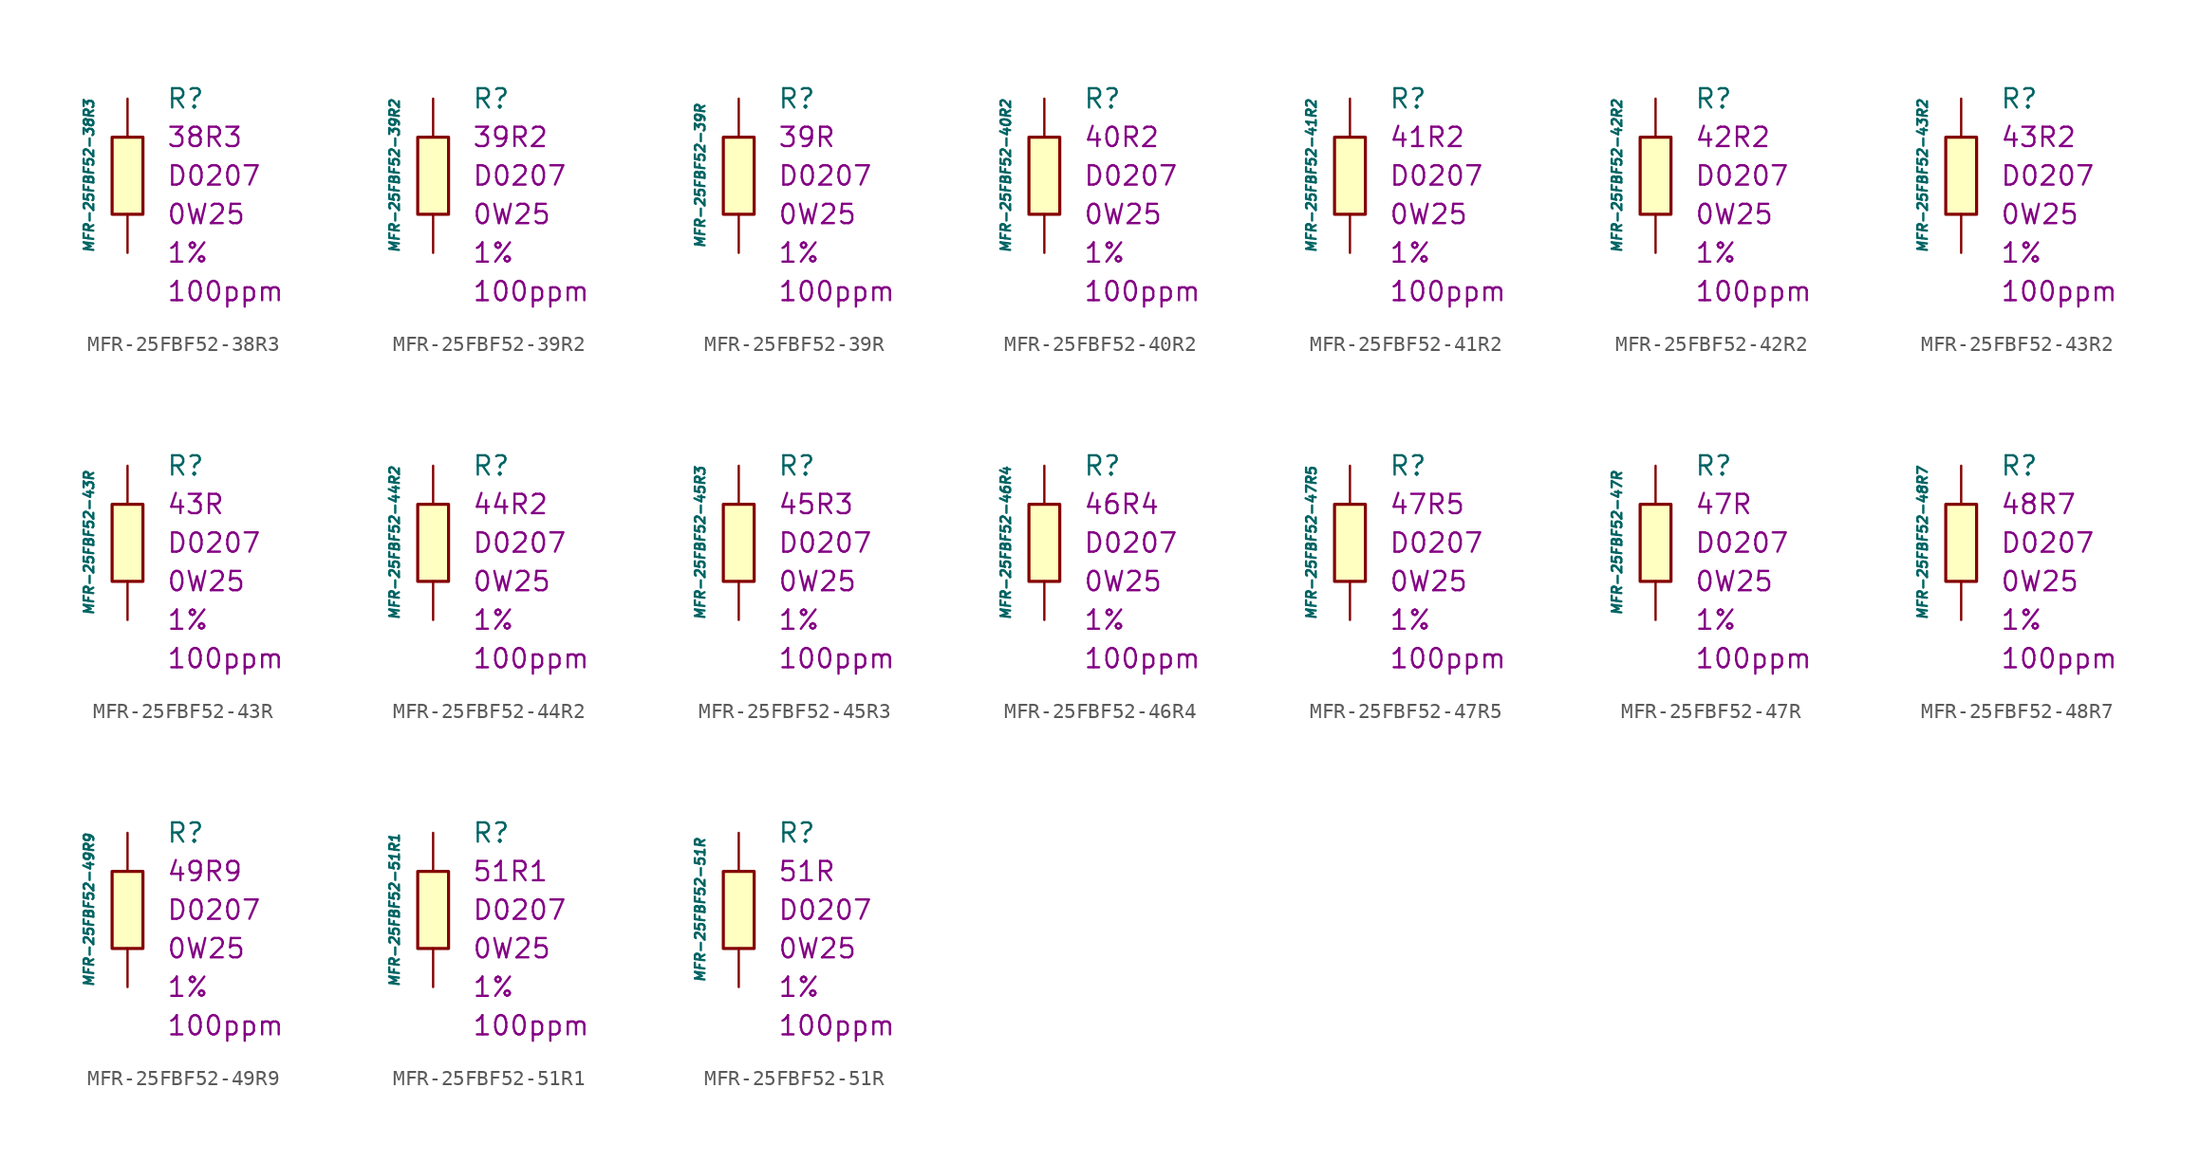
<source format=kicad_sym>
(kicad_symbol_lib
  (version 20211014)
  (generator kicad_symbol_editor)
  (symbol "MFR-25FBF52-38R3"
    (pin_numbers hide)
    (pin_names
      (offset 1.016) hide)
    (property "Reference" "R"
      (at 2.54 5.08 0)
      (effects (font (size 1.27 1.27)) (justify left)))
    (property "Value" "MFR-25FBF52-38R3"
      (at -2.54 0 90)
      (effects (font (size 0.635 0.635) italic)))
    (property "Package" "D0207"
      (at 2.54 0 0)
      (effects (font (size 1.27 1.27)) (justify left)))
    (property "Power" "0W25"
      (at 2.54 -2.54 0)
      (effects (font (size 1.27 1.27)) (justify left)))
    (property "Tolerance" "1%"
      (at 2.54 -5.08 0)
      (effects (font (size 1.27 1.27)) (justify left)))
    (property "TK" "100ppm"
      (at 2.54 -7.62 0)
      (effects (font (size 1.27 1.27)) (justify left)))
    (property "Val" "38R3"
      (at 2.54 2.54 0)
      (effects (font (size 1.27 1.27)) (justify left)))
    (symbol "MFR-25FBF52-38R3_0_1"
      (rectangle (start -1.016 2.54) (end 1.016 -2.54) (stroke (width 0.203) (type default) (color 0 0 0 0)) (fill (type background))))
    (symbol "MFR-25FBF52-38R3_1_1"
      (pin passive line (at 0 5.08 270) (length 2.54) (name "~" (effects (font (size 1.778 1.778)))) (number "1" (effects (font (size 1.778 1.778)))))
      (pin passive line (at 0 -5.08 90) (length 2.54) (name "~" (effects (font (size 1.778 1.778)))) (number "2" (effects (font (size 1.778 1.778)))))))
  (symbol "MFR-25FBF52-39R2"
    (pin_numbers hide)
    (pin_names
      (offset 1.016) hide)
    (property "Reference" "R"
      (at 2.54 5.08 0)
      (effects (font (size 1.27 1.27)) (justify left)))
    (property "Value" "MFR-25FBF52-39R2"
      (at -2.54 0 90)
      (effects (font (size 0.635 0.635) italic)))
    (property "Package" "D0207"
      (at 2.54 0 0)
      (effects (font (size 1.27 1.27)) (justify left)))
    (property "Power" "0W25"
      (at 2.54 -2.54 0)
      (effects (font (size 1.27 1.27)) (justify left)))
    (property "Tolerance" "1%"
      (at 2.54 -5.08 0)
      (effects (font (size 1.27 1.27)) (justify left)))
    (property "TK" "100ppm"
      (at 2.54 -7.62 0)
      (effects (font (size 1.27 1.27)) (justify left)))
    (property "Val" "39R2"
      (at 2.54 2.54 0)
      (effects (font (size 1.27 1.27)) (justify left)))
    (symbol "MFR-25FBF52-39R2_0_1"
      (rectangle (start -1.016 2.54) (end 1.016 -2.54) (stroke (width 0.203) (type default) (color 0 0 0 0)) (fill (type background))))
    (symbol "MFR-25FBF52-39R2_1_1"
      (pin passive line (at 0 5.08 270) (length 2.54) (name "~" (effects (font (size 1.778 1.778)))) (number "1" (effects (font (size 1.778 1.778)))))
      (pin passive line (at 0 -5.08 90) (length 2.54) (name "~" (effects (font (size 1.778 1.778)))) (number "2" (effects (font (size 1.778 1.778)))))))
  (symbol "MFR-25FBF52-39R"
    (pin_numbers hide)
    (pin_names
      (offset 1.016) hide)
    (property "Reference" "R"
      (at 2.54 5.08 0)
      (effects (font (size 1.27 1.27)) (justify left)))
    (property "Value" "MFR-25FBF52-39R"
      (at -2.54 0 90)
      (effects (font (size 0.635 0.635) italic)))
    (property "Package" "D0207"
      (at 2.54 0 0)
      (effects (font (size 1.27 1.27)) (justify left)))
    (property "Power" "0W25"
      (at 2.54 -2.54 0)
      (effects (font (size 1.27 1.27)) (justify left)))
    (property "Tolerance" "1%"
      (at 2.54 -5.08 0)
      (effects (font (size 1.27 1.27)) (justify left)))
    (property "TK" "100ppm"
      (at 2.54 -7.62 0)
      (effects (font (size 1.27 1.27)) (justify left)))
    (property "Val" "39R"
      (at 2.54 2.54 0)
      (effects (font (size 1.27 1.27)) (justify left)))
    (symbol "MFR-25FBF52-39R_0_1"
      (rectangle (start -1.016 2.54) (end 1.016 -2.54) (stroke (width 0.203) (type default) (color 0 0 0 0)) (fill (type background))))
    (symbol "MFR-25FBF52-39R_1_1"
      (pin passive line (at 0 5.08 270) (length 2.54) (name "~" (effects (font (size 1.778 1.778)))) (number "1" (effects (font (size 1.778 1.778)))))
      (pin passive line (at 0 -5.08 90) (length 2.54) (name "~" (effects (font (size 1.778 1.778)))) (number "2" (effects (font (size 1.778 1.778)))))))
  (symbol "MFR-25FBF52-40R2"
    (pin_numbers hide)
    (pin_names
      (offset 1.016) hide)
    (property "Reference" "R"
      (at 2.54 5.08 0)
      (effects (font (size 1.27 1.27)) (justify left)))
    (property "Value" "MFR-25FBF52-40R2"
      (at -2.54 0 90)
      (effects (font (size 0.635 0.635) italic)))
    (property "Package" "D0207"
      (at 2.54 0 0)
      (effects (font (size 1.27 1.27)) (justify left)))
    (property "Power" "0W25"
      (at 2.54 -2.54 0)
      (effects (font (size 1.27 1.27)) (justify left)))
    (property "Tolerance" "1%"
      (at 2.54 -5.08 0)
      (effects (font (size 1.27 1.27)) (justify left)))
    (property "TK" "100ppm"
      (at 2.54 -7.62 0)
      (effects (font (size 1.27 1.27)) (justify left)))
    (property "Val" "40R2"
      (at 2.54 2.54 0)
      (effects (font (size 1.27 1.27)) (justify left)))
    (symbol "MFR-25FBF52-40R2_0_1"
      (rectangle (start -1.016 2.54) (end 1.016 -2.54) (stroke (width 0.203) (type default) (color 0 0 0 0)) (fill (type background))))
    (symbol "MFR-25FBF52-40R2_1_1"
      (pin passive line (at 0 5.08 270) (length 2.54) (name "~" (effects (font (size 1.778 1.778)))) (number "1" (effects (font (size 1.778 1.778)))))
      (pin passive line (at 0 -5.08 90) (length 2.54) (name "~" (effects (font (size 1.778 1.778)))) (number "2" (effects (font (size 1.778 1.778)))))))
  (symbol "MFR-25FBF52-41R2"
    (pin_numbers hide)
    (pin_names
      (offset 1.016) hide)
    (property "Reference" "R"
      (at 2.54 5.08 0)
      (effects (font (size 1.27 1.27)) (justify left)))
    (property "Value" "MFR-25FBF52-41R2"
      (at -2.54 0 90)
      (effects (font (size 0.635 0.635) italic)))
    (property "Package" "D0207"
      (at 2.54 0 0)
      (effects (font (size 1.27 1.27)) (justify left)))
    (property "Power" "0W25"
      (at 2.54 -2.54 0)
      (effects (font (size 1.27 1.27)) (justify left)))
    (property "Tolerance" "1%"
      (at 2.54 -5.08 0)
      (effects (font (size 1.27 1.27)) (justify left)))
    (property "TK" "100ppm"
      (at 2.54 -7.62 0)
      (effects (font (size 1.27 1.27)) (justify left)))
    (property "Val" "41R2"
      (at 2.54 2.54 0)
      (effects (font (size 1.27 1.27)) (justify left)))
    (symbol "MFR-25FBF52-41R2_0_1"
      (rectangle (start -1.016 2.54) (end 1.016 -2.54) (stroke (width 0.203) (type default) (color 0 0 0 0)) (fill (type background))))
    (symbol "MFR-25FBF52-41R2_1_1"
      (pin passive line (at 0 5.08 270) (length 2.54) (name "~" (effects (font (size 1.778 1.778)))) (number "1" (effects (font (size 1.778 1.778)))))
      (pin passive line (at 0 -5.08 90) (length 2.54) (name "~" (effects (font (size 1.778 1.778)))) (number "2" (effects (font (size 1.778 1.778)))))))
  (symbol "MFR-25FBF52-42R2"
    (pin_numbers hide)
    (pin_names
      (offset 1.016) hide)
    (property "Reference" "R"
      (at 2.54 5.08 0)
      (effects (font (size 1.27 1.27)) (justify left)))
    (property "Value" "MFR-25FBF52-42R2"
      (at -2.54 0 90)
      (effects (font (size 0.635 0.635) italic)))
    (property "Package" "D0207"
      (at 2.54 0 0)
      (effects (font (size 1.27 1.27)) (justify left)))
    (property "Power" "0W25"
      (at 2.54 -2.54 0)
      (effects (font (size 1.27 1.27)) (justify left)))
    (property "Tolerance" "1%"
      (at 2.54 -5.08 0)
      (effects (font (size 1.27 1.27)) (justify left)))
    (property "TK" "100ppm"
      (at 2.54 -7.62 0)
      (effects (font (size 1.27 1.27)) (justify left)))
    (property "Val" "42R2"
      (at 2.54 2.54 0)
      (effects (font (size 1.27 1.27)) (justify left)))
    (symbol "MFR-25FBF52-42R2_0_1"
      (rectangle (start -1.016 2.54) (end 1.016 -2.54) (stroke (width 0.203) (type default) (color 0 0 0 0)) (fill (type background))))
    (symbol "MFR-25FBF52-42R2_1_1"
      (pin passive line (at 0 5.08 270) (length 2.54) (name "~" (effects (font (size 1.778 1.778)))) (number "1" (effects (font (size 1.778 1.778)))))
      (pin passive line (at 0 -5.08 90) (length 2.54) (name "~" (effects (font (size 1.778 1.778)))) (number "2" (effects (font (size 1.778 1.778)))))))
  (symbol "MFR-25FBF52-43R2"
    (pin_numbers hide)
    (pin_names
      (offset 1.016) hide)
    (property "Reference" "R"
      (at 2.54 5.08 0)
      (effects (font (size 1.27 1.27)) (justify left)))
    (property "Value" "MFR-25FBF52-43R2"
      (at -2.54 0 90)
      (effects (font (size 0.635 0.635) italic)))
    (property "Package" "D0207"
      (at 2.54 0 0)
      (effects (font (size 1.27 1.27)) (justify left)))
    (property "Power" "0W25"
      (at 2.54 -2.54 0)
      (effects (font (size 1.27 1.27)) (justify left)))
    (property "Tolerance" "1%"
      (at 2.54 -5.08 0)
      (effects (font (size 1.27 1.27)) (justify left)))
    (property "TK" "100ppm"
      (at 2.54 -7.62 0)
      (effects (font (size 1.27 1.27)) (justify left)))
    (property "Val" "43R2"
      (at 2.54 2.54 0)
      (effects (font (size 1.27 1.27)) (justify left)))
    (symbol "MFR-25FBF52-43R2_0_1"
      (rectangle (start -1.016 2.54) (end 1.016 -2.54) (stroke (width 0.203) (type default) (color 0 0 0 0)) (fill (type background))))
    (symbol "MFR-25FBF52-43R2_1_1"
      (pin passive line (at 0 5.08 270) (length 2.54) (name "~" (effects (font (size 1.778 1.778)))) (number "1" (effects (font (size 1.778 1.778)))))
      (pin passive line (at 0 -5.08 90) (length 2.54) (name "~" (effects (font (size 1.778 1.778)))) (number "2" (effects (font (size 1.778 1.778)))))))
  (symbol "MFR-25FBF52-43R"
    (pin_numbers hide)
    (pin_names
      (offset 1.016) hide)
    (property "Reference" "R"
      (at 2.54 5.08 0)
      (effects (font (size 1.27 1.27)) (justify left)))
    (property "Value" "MFR-25FBF52-43R"
      (at -2.54 0 90)
      (effects (font (size 0.635 0.635) italic)))
    (property "Package" "D0207"
      (at 2.54 0 0)
      (effects (font (size 1.27 1.27)) (justify left)))
    (property "Power" "0W25"
      (at 2.54 -2.54 0)
      (effects (font (size 1.27 1.27)) (justify left)))
    (property "Tolerance" "1%"
      (at 2.54 -5.08 0)
      (effects (font (size 1.27 1.27)) (justify left)))
    (property "TK" "100ppm"
      (at 2.54 -7.62 0)
      (effects (font (size 1.27 1.27)) (justify left)))
    (property "Val" "43R"
      (at 2.54 2.54 0)
      (effects (font (size 1.27 1.27)) (justify left)))
    (symbol "MFR-25FBF52-43R_0_1"
      (rectangle (start -1.016 2.54) (end 1.016 -2.54) (stroke (width 0.203) (type default) (color 0 0 0 0)) (fill (type background))))
    (symbol "MFR-25FBF52-43R_1_1"
      (pin passive line (at 0 5.08 270) (length 2.54) (name "~" (effects (font (size 1.778 1.778)))) (number "1" (effects (font (size 1.778 1.778)))))
      (pin passive line (at 0 -5.08 90) (length 2.54) (name "~" (effects (font (size 1.778 1.778)))) (number "2" (effects (font (size 1.778 1.778)))))))
  (symbol "MFR-25FBF52-44R2"
    (pin_numbers hide)
    (pin_names
      (offset 1.016) hide)
    (property "Reference" "R"
      (at 2.54 5.08 0)
      (effects (font (size 1.27 1.27)) (justify left)))
    (property "Value" "MFR-25FBF52-44R2"
      (at -2.54 0 90)
      (effects (font (size 0.635 0.635) italic)))
    (property "Package" "D0207"
      (at 2.54 0 0)
      (effects (font (size 1.27 1.27)) (justify left)))
    (property "Power" "0W25"
      (at 2.54 -2.54 0)
      (effects (font (size 1.27 1.27)) (justify left)))
    (property "Tolerance" "1%"
      (at 2.54 -5.08 0)
      (effects (font (size 1.27 1.27)) (justify left)))
    (property "TK" "100ppm"
      (at 2.54 -7.62 0)
      (effects (font (size 1.27 1.27)) (justify left)))
    (property "Val" "44R2"
      (at 2.54 2.54 0)
      (effects (font (size 1.27 1.27)) (justify left)))
    (symbol "MFR-25FBF52-44R2_0_1"
      (rectangle (start -1.016 2.54) (end 1.016 -2.54) (stroke (width 0.203) (type default) (color 0 0 0 0)) (fill (type background))))
    (symbol "MFR-25FBF52-44R2_1_1"
      (pin passive line (at 0 5.08 270) (length 2.54) (name "~" (effects (font (size 1.778 1.778)))) (number "1" (effects (font (size 1.778 1.778)))))
      (pin passive line (at 0 -5.08 90) (length 2.54) (name "~" (effects (font (size 1.778 1.778)))) (number "2" (effects (font (size 1.778 1.778)))))))
  (symbol "MFR-25FBF52-45R3"
    (pin_numbers hide)
    (pin_names
      (offset 1.016) hide)
    (property "Reference" "R"
      (at 2.54 5.08 0)
      (effects (font (size 1.27 1.27)) (justify left)))
    (property "Value" "MFR-25FBF52-45R3"
      (at -2.54 0 90)
      (effects (font (size 0.635 0.635) italic)))
    (property "Package" "D0207"
      (at 2.54 0 0)
      (effects (font (size 1.27 1.27)) (justify left)))
    (property "Power" "0W25"
      (at 2.54 -2.54 0)
      (effects (font (size 1.27 1.27)) (justify left)))
    (property "Tolerance" "1%"
      (at 2.54 -5.08 0)
      (effects (font (size 1.27 1.27)) (justify left)))
    (property "TK" "100ppm"
      (at 2.54 -7.62 0)
      (effects (font (size 1.27 1.27)) (justify left)))
    (property "Val" "45R3"
      (at 2.54 2.54 0)
      (effects (font (size 1.27 1.27)) (justify left)))
    (symbol "MFR-25FBF52-45R3_0_1"
      (rectangle (start -1.016 2.54) (end 1.016 -2.54) (stroke (width 0.203) (type default) (color 0 0 0 0)) (fill (type background))))
    (symbol "MFR-25FBF52-45R3_1_1"
      (pin passive line (at 0 5.08 270) (length 2.54) (name "~" (effects (font (size 1.778 1.778)))) (number "1" (effects (font (size 1.778 1.778)))))
      (pin passive line (at 0 -5.08 90) (length 2.54) (name "~" (effects (font (size 1.778 1.778)))) (number "2" (effects (font (size 1.778 1.778)))))))
  (symbol "MFR-25FBF52-46R4"
    (pin_numbers hide)
    (pin_names
      (offset 1.016) hide)
    (property "Reference" "R"
      (at 2.54 5.08 0)
      (effects (font (size 1.27 1.27)) (justify left)))
    (property "Value" "MFR-25FBF52-46R4"
      (at -2.54 0 90)
      (effects (font (size 0.635 0.635) italic)))
    (property "Package" "D0207"
      (at 2.54 0 0)
      (effects (font (size 1.27 1.27)) (justify left)))
    (property "Power" "0W25"
      (at 2.54 -2.54 0)
      (effects (font (size 1.27 1.27)) (justify left)))
    (property "Tolerance" "1%"
      (at 2.54 -5.08 0)
      (effects (font (size 1.27 1.27)) (justify left)))
    (property "TK" "100ppm"
      (at 2.54 -7.62 0)
      (effects (font (size 1.27 1.27)) (justify left)))
    (property "Val" "46R4"
      (at 2.54 2.54 0)
      (effects (font (size 1.27 1.27)) (justify left)))
    (symbol "MFR-25FBF52-46R4_0_1"
      (rectangle (start -1.016 2.54) (end 1.016 -2.54) (stroke (width 0.203) (type default) (color 0 0 0 0)) (fill (type background))))
    (symbol "MFR-25FBF52-46R4_1_1"
      (pin passive line (at 0 5.08 270) (length 2.54) (name "~" (effects (font (size 1.778 1.778)))) (number "1" (effects (font (size 1.778 1.778)))))
      (pin passive line (at 0 -5.08 90) (length 2.54) (name "~" (effects (font (size 1.778 1.778)))) (number "2" (effects (font (size 1.778 1.778)))))))
  (symbol "MFR-25FBF52-47R5"
    (pin_numbers hide)
    (pin_names
      (offset 1.016) hide)
    (property "Reference" "R"
      (at 2.54 5.08 0)
      (effects (font (size 1.27 1.27)) (justify left)))
    (property "Value" "MFR-25FBF52-47R5"
      (at -2.54 0 90)
      (effects (font (size 0.635 0.635) italic)))
    (property "Package" "D0207"
      (at 2.54 0 0)
      (effects (font (size 1.27 1.27)) (justify left)))
    (property "Power" "0W25"
      (at 2.54 -2.54 0)
      (effects (font (size 1.27 1.27)) (justify left)))
    (property "Tolerance" "1%"
      (at 2.54 -5.08 0)
      (effects (font (size 1.27 1.27)) (justify left)))
    (property "TK" "100ppm"
      (at 2.54 -7.62 0)
      (effects (font (size 1.27 1.27)) (justify left)))
    (property "Val" "47R5"
      (at 2.54 2.54 0)
      (effects (font (size 1.27 1.27)) (justify left)))
    (symbol "MFR-25FBF52-47R5_0_1"
      (rectangle (start -1.016 2.54) (end 1.016 -2.54) (stroke (width 0.203) (type default) (color 0 0 0 0)) (fill (type background))))
    (symbol "MFR-25FBF52-47R5_1_1"
      (pin passive line (at 0 5.08 270) (length 2.54) (name "~" (effects (font (size 1.778 1.778)))) (number "1" (effects (font (size 1.778 1.778)))))
      (pin passive line (at 0 -5.08 90) (length 2.54) (name "~" (effects (font (size 1.778 1.778)))) (number "2" (effects (font (size 1.778 1.778)))))))
  (symbol "MFR-25FBF52-47R"
    (pin_numbers hide)
    (pin_names
      (offset 1.016) hide)
    (property "Reference" "R"
      (at 2.54 5.08 0)
      (effects (font (size 1.27 1.27)) (justify left)))
    (property "Value" "MFR-25FBF52-47R"
      (at -2.54 0 90)
      (effects (font (size 0.635 0.635) italic)))
    (property "Package" "D0207"
      (at 2.54 0 0)
      (effects (font (size 1.27 1.27)) (justify left)))
    (property "Power" "0W25"
      (at 2.54 -2.54 0)
      (effects (font (size 1.27 1.27)) (justify left)))
    (property "Tolerance" "1%"
      (at 2.54 -5.08 0)
      (effects (font (size 1.27 1.27)) (justify left)))
    (property "TK" "100ppm"
      (at 2.54 -7.62 0)
      (effects (font (size 1.27 1.27)) (justify left)))
    (property "Val" "47R"
      (at 2.54 2.54 0)
      (effects (font (size 1.27 1.27)) (justify left)))
    (symbol "MFR-25FBF52-47R_0_1"
      (rectangle (start -1.016 2.54) (end 1.016 -2.54) (stroke (width 0.203) (type default) (color 0 0 0 0)) (fill (type background))))
    (symbol "MFR-25FBF52-47R_1_1"
      (pin passive line (at 0 5.08 270) (length 2.54) (name "~" (effects (font (size 1.778 1.778)))) (number "1" (effects (font (size 1.778 1.778)))))
      (pin passive line (at 0 -5.08 90) (length 2.54) (name "~" (effects (font (size 1.778 1.778)))) (number "2" (effects (font (size 1.778 1.778)))))))
  (symbol "MFR-25FBF52-48R7"
    (pin_numbers hide)
    (pin_names
      (offset 1.016) hide)
    (property "Reference" "R"
      (at 2.54 5.08 0)
      (effects (font (size 1.27 1.27)) (justify left)))
    (property "Value" "MFR-25FBF52-48R7"
      (at -2.54 0 90)
      (effects (font (size 0.635 0.635) italic)))
    (property "Package" "D0207"
      (at 2.54 0 0)
      (effects (font (size 1.27 1.27)) (justify left)))
    (property "Power" "0W25"
      (at 2.54 -2.54 0)
      (effects (font (size 1.27 1.27)) (justify left)))
    (property "Tolerance" "1%"
      (at 2.54 -5.08 0)
      (effects (font (size 1.27 1.27)) (justify left)))
    (property "TK" "100ppm"
      (at 2.54 -7.62 0)
      (effects (font (size 1.27 1.27)) (justify left)))
    (property "Val" "48R7"
      (at 2.54 2.54 0)
      (effects (font (size 1.27 1.27)) (justify left)))
    (symbol "MFR-25FBF52-48R7_0_1"
      (rectangle (start -1.016 2.54) (end 1.016 -2.54) (stroke (width 0.203) (type default) (color 0 0 0 0)) (fill (type background))))
    (symbol "MFR-25FBF52-48R7_1_1"
      (pin passive line (at 0 5.08 270) (length 2.54) (name "~" (effects (font (size 1.778 1.778)))) (number "1" (effects (font (size 1.778 1.778)))))
      (pin passive line (at 0 -5.08 90) (length 2.54) (name "~" (effects (font (size 1.778 1.778)))) (number "2" (effects (font (size 1.778 1.778)))))))
  (symbol "MFR-25FBF52-49R9"
    (pin_numbers hide)
    (pin_names
      (offset 1.016) hide)
    (property "Reference" "R"
      (at 2.54 5.08 0)
      (effects (font (size 1.27 1.27)) (justify left)))
    (property "Value" "MFR-25FBF52-49R9"
      (at -2.54 0 90)
      (effects (font (size 0.635 0.635) italic)))
    (property "Package" "D0207"
      (at 2.54 0 0)
      (effects (font (size 1.27 1.27)) (justify left)))
    (property "Power" "0W25"
      (at 2.54 -2.54 0)
      (effects (font (size 1.27 1.27)) (justify left)))
    (property "Tolerance" "1%"
      (at 2.54 -5.08 0)
      (effects (font (size 1.27 1.27)) (justify left)))
    (property "TK" "100ppm"
      (at 2.54 -7.62 0)
      (effects (font (size 1.27 1.27)) (justify left)))
    (property "Val" "49R9"
      (at 2.54 2.54 0)
      (effects (font (size 1.27 1.27)) (justify left)))
    (symbol "MFR-25FBF52-49R9_0_1"
      (rectangle (start -1.016 2.54) (end 1.016 -2.54) (stroke (width 0.203) (type default) (color 0 0 0 0)) (fill (type background))))
    (symbol "MFR-25FBF52-49R9_1_1"
      (pin passive line (at 0 5.08 270) (length 2.54) (name "~" (effects (font (size 1.778 1.778)))) (number "1" (effects (font (size 1.778 1.778)))))
      (pin passive line (at 0 -5.08 90) (length 2.54) (name "~" (effects (font (size 1.778 1.778)))) (number "2" (effects (font (size 1.778 1.778)))))))
  (symbol "MFR-25FBF52-51R1"
    (pin_numbers hide)
    (pin_names
      (offset 1.016) hide)
    (property "Reference" "R"
      (at 2.54 5.08 0)
      (effects (font (size 1.27 1.27)) (justify left)))
    (property "Value" "MFR-25FBF52-51R1"
      (at -2.54 0 90)
      (effects (font (size 0.635 0.635) italic)))
    (property "Package" "D0207"
      (at 2.54 0 0)
      (effects (font (size 1.27 1.27)) (justify left)))
    (property "Power" "0W25"
      (at 2.54 -2.54 0)
      (effects (font (size 1.27 1.27)) (justify left)))
    (property "Tolerance" "1%"
      (at 2.54 -5.08 0)
      (effects (font (size 1.27 1.27)) (justify left)))
    (property "TK" "100ppm"
      (at 2.54 -7.62 0)
      (effects (font (size 1.27 1.27)) (justify left)))
    (property "Val" "51R1"
      (at 2.54 2.54 0)
      (effects (font (size 1.27 1.27)) (justify left)))
    (symbol "MFR-25FBF52-51R1_0_1"
      (rectangle (start -1.016 2.54) (end 1.016 -2.54) (stroke (width 0.203) (type default) (color 0 0 0 0)) (fill (type background))))
    (symbol "MFR-25FBF52-51R1_1_1"
      (pin passive line (at 0 5.08 270) (length 2.54) (name "~" (effects (font (size 1.778 1.778)))) (number "1" (effects (font (size 1.778 1.778)))))
      (pin passive line (at 0 -5.08 90) (length 2.54) (name "~" (effects (font (size 1.778 1.778)))) (number "2" (effects (font (size 1.778 1.778)))))))
  (symbol "MFR-25FBF52-51R"
    (pin_numbers hide)
    (pin_names
      (offset 1.016) hide)
    (property "Reference" "R"
      (at 2.54 5.08 0)
      (effects (font (size 1.27 1.27)) (justify left)))
    (property "Value" "MFR-25FBF52-51R"
      (at -2.54 0 90)
      (effects (font (size 0.635 0.635) italic)))
    (property "Package" "D0207"
      (at 2.54 0 0)
      (effects (font (size 1.27 1.27)) (justify left)))
    (property "Power" "0W25"
      (at 2.54 -2.54 0)
      (effects (font (size 1.27 1.27)) (justify left)))
    (property "Tolerance" "1%"
      (at 2.54 -5.08 0)
      (effects (font (size 1.27 1.27)) (justify left)))
    (property "TK" "100ppm"
      (at 2.54 -7.62 0)
      (effects (font (size 1.27 1.27)) (justify left)))
    (property "Val" "51R"
      (at 2.54 2.54 0)
      (effects (font (size 1.27 1.27)) (justify left)))
    (symbol "MFR-25FBF52-51R_0_1"
      (rectangle (start -1.016 2.54) (end 1.016 -2.54) (stroke (width 0.203) (type default) (color 0 0 0 0)) (fill (type background))))
    (symbol "MFR-25FBF52-51R_1_1"
      (pin passive line (at 0 5.08 270) (length 2.54) (name "~" (effects (font (size 1.778 1.778)))) (number "1" (effects (font (size 1.778 1.778)))))
      (pin passive line (at 0 -5.08 90) (length 2.54) (name "~" (effects (font (size 1.778 1.778)))) (number "2" (effects (font (size 1.778 1.778))))))))
</source>
